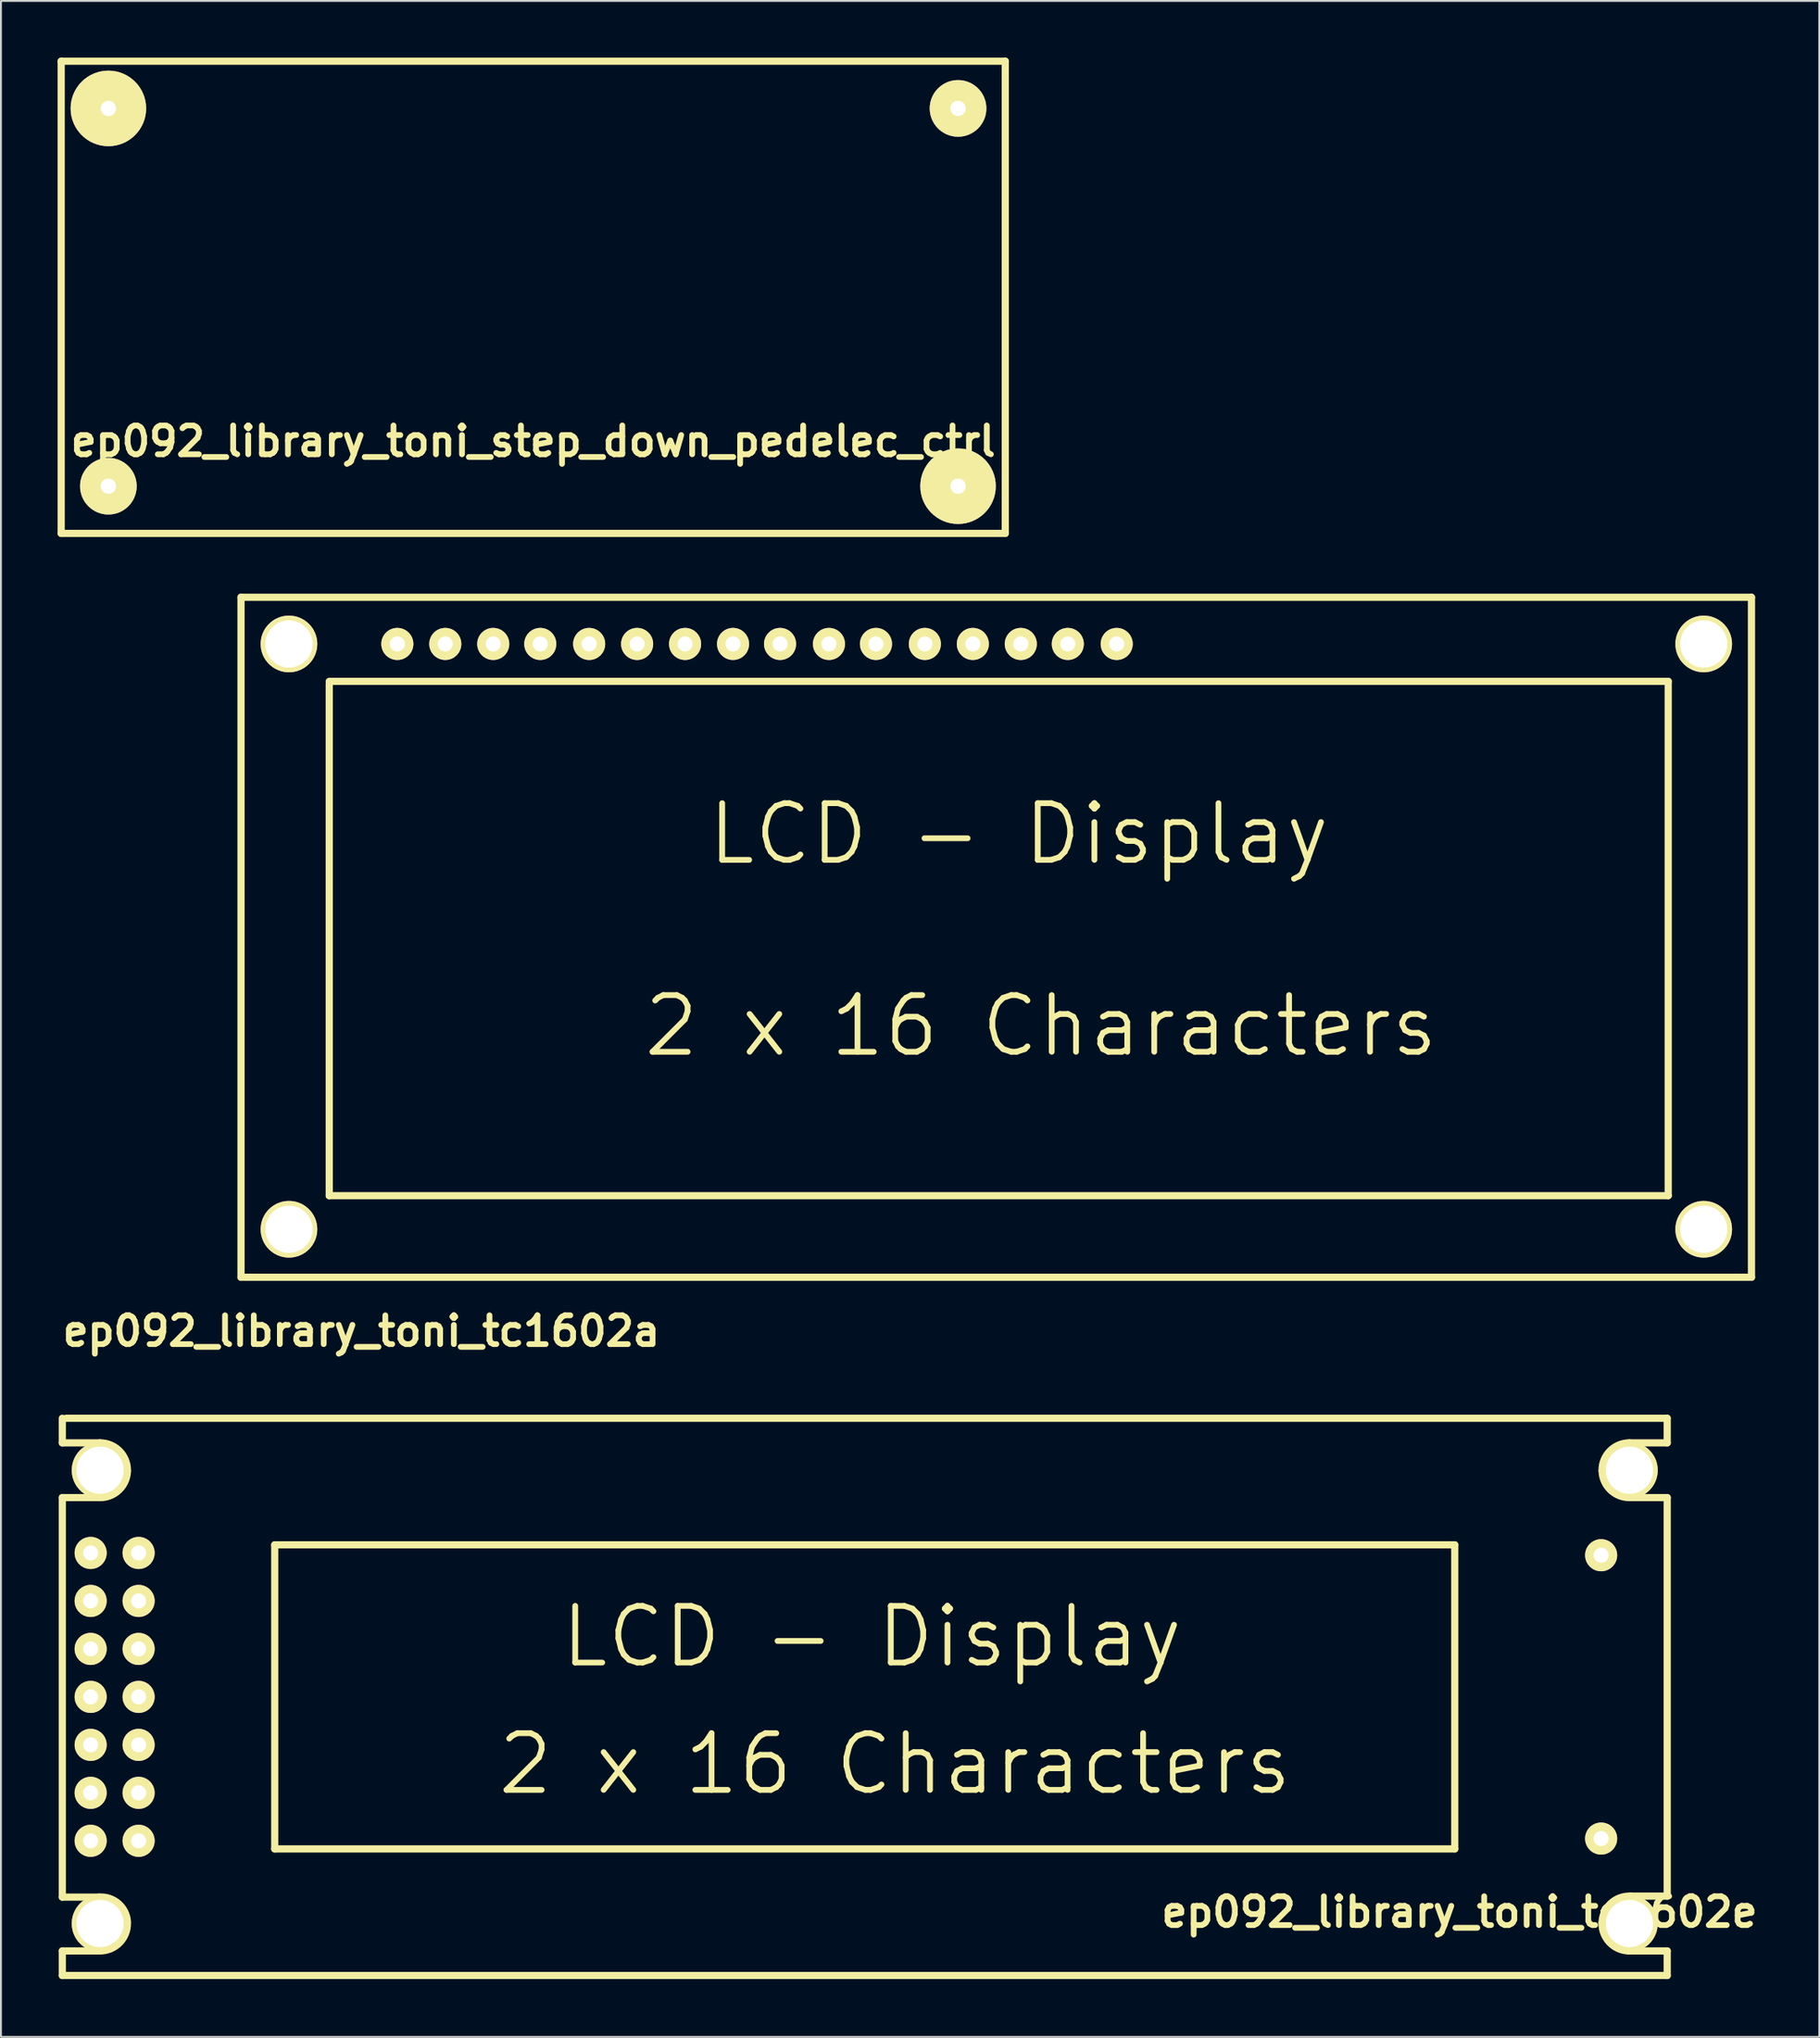
<source format=kicad_pcb>
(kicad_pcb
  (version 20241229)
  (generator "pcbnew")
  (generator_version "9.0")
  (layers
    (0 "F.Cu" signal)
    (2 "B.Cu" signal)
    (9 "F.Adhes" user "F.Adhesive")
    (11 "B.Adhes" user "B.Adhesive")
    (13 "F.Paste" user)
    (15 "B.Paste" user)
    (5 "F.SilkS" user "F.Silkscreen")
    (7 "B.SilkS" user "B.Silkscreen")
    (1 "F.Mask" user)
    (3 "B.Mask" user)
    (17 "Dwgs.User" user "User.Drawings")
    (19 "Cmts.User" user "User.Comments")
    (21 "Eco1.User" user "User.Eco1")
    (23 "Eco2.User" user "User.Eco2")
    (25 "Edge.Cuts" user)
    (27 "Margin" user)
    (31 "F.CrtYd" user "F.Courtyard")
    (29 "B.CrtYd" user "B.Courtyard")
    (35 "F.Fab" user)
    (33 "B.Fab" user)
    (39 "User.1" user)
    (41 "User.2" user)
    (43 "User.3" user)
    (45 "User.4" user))
  (footprint "ep092_library_toni_tc1602a"
    (layer "F.Cu")
    (at 9.714 64.57)
    (property "Reference" "ep092_library_toni_tc1602a" (at 6.375 2.85 0) (layer "F.SilkS") (effects (font (size 1.524 1.524) (thickness 0.305))))
    (attr through_hole)
    (fp_line (start 0 -35.999) (end 0 0) (stroke (width 0.381) (type solid)) (layer "F.SilkS"))
    (fp_line (start 0 0) (end 80 0) (stroke (width 0.381) (type solid)) (layer "F.SilkS"))
    (fp_line (start 4.674 -4.318) (end 4.674 -31.445) (stroke (width 0.381) (type solid)) (layer "F.SilkS"))
    (fp_line (start 4.674 -4.318) (end 75.59 -4.318) (stroke (width 0.381) (type solid)) (layer "F.SilkS"))
    (fp_line (start 75.59 -31.547) (end 4.674 -31.547) (stroke (width 0.381) (type solid)) (layer "F.SilkS"))
    (fp_line (start 75.59 -4.318) (end 75.59 -31.547) (stroke (width 0.381) (type solid)) (layer "F.SilkS"))
    (fp_line (start 80 -35.999) (end 0 -35.999) (stroke (width 0.381) (type solid)) (layer "F.SilkS"))
    (fp_line (start 80 0) (end 80 -35.999) (stroke (width 0.381) (type solid)) (layer "F.SilkS"))
    (fp_text user "2 x 16 Characters" (at 42.367 -13.31 0) (layer "F.SilkS") (effects (font (size 3 3) (thickness 0.305))))
    (fp_text user "LCD - Display" (at 41.199 -23.47 0) (layer "F.SilkS") (effects (font (size 3 3) (thickness 0.305))))
    (pad "" thru_hole circle (at 2.54 -33.528) (size 3 3) (drill 2.499) (layers "*.Cu" "*.Mask" "F.SilkS"))
    (pad "" thru_hole circle (at 2.54 -2.54) (size 3 3) (drill 2.499) (layers "*.Cu" "*.Mask" "F.SilkS"))
    (pad "" thru_hole circle (at 77.47 -33.528) (size 3 3) (drill 2.499) (layers "*.Cu" "*.Mask" "F.SilkS"))
    (pad "" thru_hole circle (at 77.47 -2.54) (size 3 3) (drill 2.499) (layers "*.Cu" "*.Mask" "F.SilkS"))
    (pad "1" thru_hole circle (at 8.28 -33.528) (size 1.699 1.699) (drill 0.8) (layers "*.Cu" "*.Mask" "F.SilkS"))
    (pad "2" thru_hole circle (at 10.82 -33.528) (size 1.699 1.699) (drill 0.8) (layers "*.Cu" "*.Mask" "F.SilkS"))
    (pad "3" thru_hole circle (at 13.36 -33.528) (size 1.699 1.699) (drill 0.8) (layers "*.Cu" "*.Mask" "F.SilkS"))
    (pad "4" thru_hole circle (at 15.85 -33.528) (size 1.699 1.699) (drill 0.8) (layers "*.Cu" "*.Mask" "F.SilkS"))
    (pad "5" thru_hole circle (at 18.44 -33.528) (size 1.699 1.699) (drill 0.8) (layers "*.Cu" "*.Mask" "F.SilkS"))
    (pad "6" thru_hole circle (at 20.98 -33.528) (size 1.699 1.699) (drill 0.8) (layers "*.Cu" "*.Mask" "F.SilkS"))
    (pad "7" thru_hole circle (at 23.52 -33.528) (size 1.699 1.699) (drill 0.8) (layers "*.Cu" "*.Mask" "F.SilkS"))
    (pad "8" thru_hole circle (at 26.06 -33.528) (size 1.699 1.699) (drill 0.8) (layers "*.Cu" "*.Mask" "F.SilkS"))
    (pad "9" thru_hole circle (at 28.55 -33.528) (size 1.699 1.699) (drill 0.8) (layers "*.Cu" "*.Mask" "F.SilkS"))
    (pad "10" thru_hole circle (at 31.14 -33.528) (size 1.699 1.699) (drill 0.8) (layers "*.Cu" "*.Mask" "F.SilkS"))
    (pad "11" thru_hole circle (at 33.63 -33.528) (size 1.699 1.699) (drill 0.8) (layers "*.Cu" "*.Mask" "F.SilkS"))
    (pad "12" thru_hole circle (at 36.22 -33.528) (size 1.699 1.699) (drill 0.8) (layers "*.Cu" "*.Mask" "F.SilkS"))
    (pad "13" thru_hole circle (at 38.76 -33.528) (size 1.699 1.699) (drill 0.8) (layers "*.Cu" "*.Mask" "F.SilkS"))
    (pad "14" thru_hole circle (at 41.3 -33.528) (size 1.699 1.699) (drill 0.8) (layers "*.Cu" "*.Mask" "F.SilkS"))
    (pad "15" thru_hole circle (at 43.79 -33.528) (size 1.699 1.699) (drill 0.8) (layers "*.Cu" "*.Mask" "F.SilkS"))
    (pad "16" thru_hole circle (at 46.38 -33.528) (size 1.699 1.699) (drill 0.8) (layers "*.Cu" "*.Mask" "F.SilkS")))
  (footprint "ep092_library_toni_step_down_pedelec_ctrl"
    (layer "F.Cu")
    (at 25.192 12.69)
    (property "Reference" "ep092_library_toni_step_down_pedelec_ctrl" (at 0 7.62 0) (layer "F.SilkS") (effects (font (size 1.524 1.524) (thickness 0.305))))
    (attr through_hole)
    (fp_line (start -25.001 -12.499) (end 25.001 -12.499) (stroke (width 0.381) (type solid)) (layer "F.SilkS"))
    (fp_line (start -25.001 12.499) (end -25.001 -12.499) (stroke (width 0.381) (type solid)) (layer "F.SilkS"))
    (fp_line (start 25.001 -12.499) (end 25.001 12.499) (stroke (width 0.381) (type solid)) (layer "F.SilkS"))
    (fp_line (start 25.001 12.499) (end -25.001 12.499) (stroke (width 0.381) (type solid)) (layer "F.SilkS"))
    (pad "1" thru_hole circle (at -22.502 -10) (size 4 4) (drill 0.813) (layers "*.Cu" "*.Mask" "F.SilkS"))
    (pad "2" thru_hole circle (at -22.502 10) (size 3 3) (drill 0.813) (layers "*.Cu" "*.Mask" "F.SilkS"))
    (pad "3" thru_hole circle (at 22.499 -10) (size 3 3) (drill 0.813) (layers "*.Cu" "*.Mask" "F.SilkS"))
    (pad "4" thru_hole circle (at 22.499 10) (size 4 4) (drill 0.813) (layers "*.Cu" "*.Mask" "F.SilkS")))
  (footprint "ep092_library_toni_tc1602e"
    (layer "F.Cu")
    (at 0.25 101.536)
    (property "Reference" "ep092_library_toni_tc1602e" (at 74 -3.36 0) (layer "F.SilkS") (effects (font (size 1.524 1.524) (thickness 0.305))))
    (attr through_hole)
    (fp_line (start 0 -29.5) (end 0 -28.199) (stroke (width 0.381) (type solid)) (layer "F.SilkS"))
    (fp_line (start 0 -4.15) (end 0 -25.301) (stroke (width 0.381) (type solid)) (layer "F.SilkS"))
    (fp_line (start 0 -1.3) (end 1.999 -1.3) (stroke (width 0.381) (type solid)) (layer "F.SilkS"))
    (fp_line (start 0 0) (end 0 -1.3) (stroke (width 0.381) (type solid)) (layer "F.SilkS"))
    (fp_line (start 0 0) (end 85.001 0) (stroke (width 0.381) (type solid)) (layer "F.SilkS"))
    (fp_line (start 0.201 -29.5) (end 85.001 -29.5) (stroke (width 0.381) (type solid)) (layer "F.SilkS"))
    (fp_line (start 1.951 -25.301) (end 0 -25.301) (stroke (width 0.381) (type solid)) (layer "F.SilkS"))
    (fp_line (start 1.951 -4.15) (end 0 -4.15) (stroke (width 0.381) (type solid)) (layer "F.SilkS"))
    (fp_line (start 1.999 -28.199) (end 0 -28.199) (stroke (width 0.381) (type solid)) (layer "F.SilkS"))
    (fp_line (start 11.25 -22.799) (end 73.749 -22.799) (stroke (width 0.381) (type solid)) (layer "F.SilkS"))
    (fp_line (start 11.25 -6.701) (end 11.25 -22.799) (stroke (width 0.381) (type solid)) (layer "F.SilkS"))
    (fp_line (start 73.749 -22.799) (end 73.749 -6.701) (stroke (width 0.381) (type solid)) (layer "F.SilkS"))
    (fp_line (start 73.749 -6.701) (end 11.25 -6.701) (stroke (width 0.381) (type solid)) (layer "F.SilkS"))
    (fp_line (start 82.949 -1.3) (end 85.001 -1.3) (stroke (width 0.381) (type solid)) (layer "F.SilkS"))
    (fp_line (start 83.05 -25.301) (end 85.001 -25.301) (stroke (width 0.381) (type solid)) (layer "F.SilkS"))
    (fp_line (start 83.05 -4.201) (end 85.001 -4.201) (stroke (width 0.381) (type solid)) (layer "F.SilkS"))
    (fp_line (start 85.001 -29.5) (end 85.001 -28.199) (stroke (width 0.381) (type solid)) (layer "F.SilkS"))
    (fp_line (start 85.001 -28.199) (end 83 -28.199) (stroke (width 0.381) (type solid)) (layer "F.SilkS"))
    (fp_line (start 85.001 -25.301) (end 85.001 -4.201) (stroke (width 0.381) (type solid)) (layer "F.SilkS"))
    (fp_line (start 85.001 0) (end 85.001 -1.3) (stroke (width 0.381) (type solid)) (layer "F.SilkS"))
    (fp_arc (start 1.95072 -4.15036) (mid 2.969358 -3.81049) (end 3.44932 -2.84988) (stroke (width 0.381) (type solid)) (layer "F.SilkS"))
    (fp_arc (start 1.99898 -28.19908) (mid 3.024525 -27.774285) (end 3.44932 -26.74874) (stroke (width 0.381) (type solid)) (layer "F.SilkS"))
    (fp_arc (start 3.44932 -26.70048) (mid 2.9904 -25.68907) (end 1.95072 -25.2984) (stroke (width 0.381) (type solid)) (layer "F.SilkS"))
    (fp_arc (start 3.44932 -2.75082) (mid 3.024525 -1.725275) (end 1.99898 -1.30048) (stroke (width 0.381) (type solid)) (layer "F.SilkS"))
    (fp_arc (start 81.54924 -26.74874) (mid 81.974035 -27.774285) (end 82.99958 -28.19908) (stroke (width 0.381) (type solid)) (layer "F.SilkS"))
    (fp_arc (start 81.54924 -2.79908) (mid 82.00816 -3.81049) (end 83.04784 -4.20116) (stroke (width 0.381) (type solid)) (layer "F.SilkS"))
    (fp_arc (start 82.94878 -1.30048) (mid 81.938114 -1.761196) (end 81.54924 -2.80162) (stroke (width 0.381) (type solid)) (layer "F.SilkS"))
    (fp_arc (start 83.05038 -25.30094) (mid 82.011752 -25.68907) (end 81.55178 -26.69794) (stroke (width 0.381) (type solid)) (layer "F.SilkS"))
    (fp_text user "2 x 16 Characters" (at 44.099 -11.199 0) (layer "F.SilkS") (effects (font (size 3 3) (thickness 0.305))))
    (fp_text user "LCD - Display" (at 42.88 -17.94 0) (layer "F.SilkS") (effects (font (size 3 3) (thickness 0.305))))
    (pad "" thru_hole circle (at 1.999 -26.749) (size 3 3) (drill 2.499) (layers "*.Cu" "*.Mask" "F.SilkS"))
    (pad "" thru_hole circle (at 1.999 -2.751) (size 3 3) (drill 2.499) (layers "*.Cu" "*.Mask" "F.SilkS"))
    (pad "" thru_hole circle (at 83 -26.749) (size 3 3) (drill 2.499) (layers "*.Cu" "*.Mask" "F.SilkS"))
    (pad "" thru_hole circle (at 83 -2.751) (size 3 3) (drill 2.499) (layers "*.Cu" "*.Mask" "F.SilkS"))
    (pad "1" thru_hole circle (at 4.041 -7.13) (size 1.699 1.699) (drill 0.8) (layers "*.Cu" "*.Mask" "F.SilkS"))
    (pad "2" thru_hole circle (at 1.501 -7.13) (size 1.699 1.699) (drill 0.8) (layers "*.Cu" "*.Mask" "F.SilkS"))
    (pad "3" thru_hole circle (at 4.041 -9.67) (size 1.699 1.699) (drill 0.8) (layers "*.Cu" "*.Mask" "F.SilkS"))
    (pad "4" thru_hole circle (at 1.501 -9.67) (size 1.699 1.699) (drill 0.8) (layers "*.Cu" "*.Mask" "F.SilkS"))
    (pad "5" thru_hole circle (at 4.041 -12.21) (size 1.699 1.699) (drill 0.8) (layers "*.Cu" "*.Mask" "F.SilkS"))
    (pad "6" thru_hole circle (at 1.501 -12.21) (size 1.699 1.699) (drill 0.8) (layers "*.Cu" "*.Mask" "F.SilkS"))
    (pad "7" thru_hole circle (at 4.041 -14.75) (size 1.699 1.699) (drill 0.8) (layers "*.Cu" "*.Mask" "F.SilkS"))
    (pad "8" thru_hole circle (at 1.501 -14.75) (size 1.699 1.699) (drill 0.8) (layers "*.Cu" "*.Mask" "F.SilkS"))
    (pad "9" thru_hole circle (at 4.041 -17.29) (size 1.699 1.699) (drill 0.8) (layers "*.Cu" "*.Mask" "F.SilkS"))
    (pad "10" thru_hole circle (at 1.501 -17.29) (size 1.699 1.699) (drill 0.8) (layers "*.Cu" "*.Mask" "F.SilkS"))
    (pad "11" thru_hole circle (at 4.041 -19.83) (size 1.699 1.699) (drill 0.8) (layers "*.Cu" "*.Mask" "F.SilkS"))
    (pad "12" thru_hole circle (at 1.501 -19.83) (size 1.699 1.699) (drill 0.8) (layers "*.Cu" "*.Mask" "F.SilkS"))
    (pad "13" thru_hole circle (at 4.041 -22.37) (size 1.699 1.699) (drill 0.8) (layers "*.Cu" "*.Mask" "F.SilkS"))
    (pad "14" thru_hole circle (at 1.501 -22.37) (size 1.699 1.699) (drill 0.8) (layers "*.Cu" "*.Mask" "F.SilkS"))
    (pad "15" thru_hole circle (at 81.501 -22.25) (size 1.699 1.699) (drill 0.8) (layers "*.Cu" "*.Mask" "F.SilkS"))
    (pad "16" thru_hole circle (at 81.501 -7.249) (size 1.699 1.699) (drill 0.8) (layers "*.Cu" "*.Mask" "F.SilkS")))
  (gr_rect
    (start -3 -3)
    (end 93.303 104.786)
    (stroke (width 0.1) (type default))
    (fill no)
    (layer "Edge.Cuts")))
</source>
